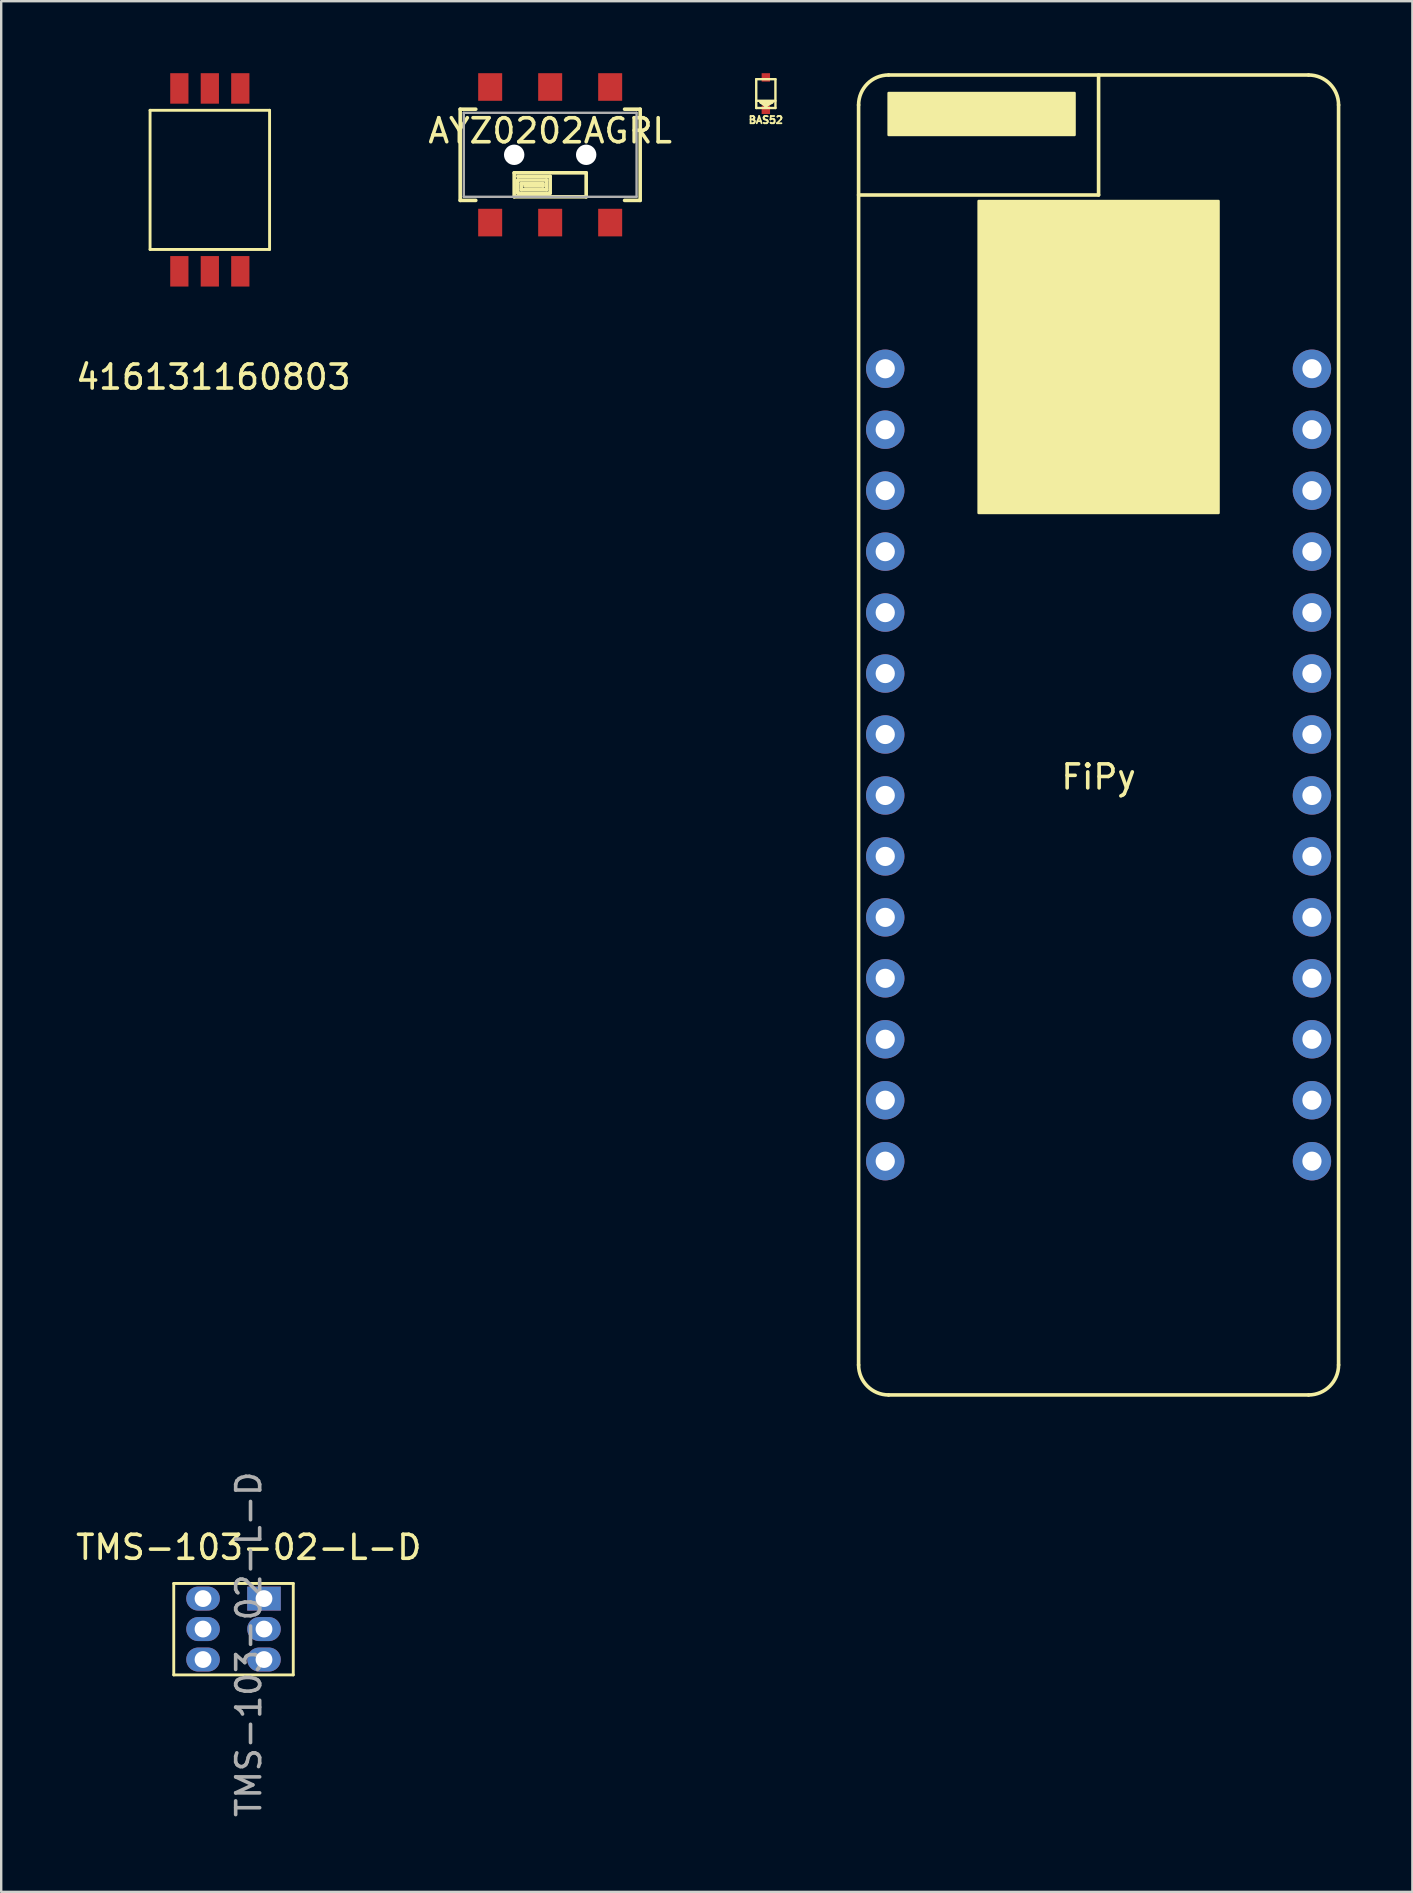
<source format=kicad_pcb>
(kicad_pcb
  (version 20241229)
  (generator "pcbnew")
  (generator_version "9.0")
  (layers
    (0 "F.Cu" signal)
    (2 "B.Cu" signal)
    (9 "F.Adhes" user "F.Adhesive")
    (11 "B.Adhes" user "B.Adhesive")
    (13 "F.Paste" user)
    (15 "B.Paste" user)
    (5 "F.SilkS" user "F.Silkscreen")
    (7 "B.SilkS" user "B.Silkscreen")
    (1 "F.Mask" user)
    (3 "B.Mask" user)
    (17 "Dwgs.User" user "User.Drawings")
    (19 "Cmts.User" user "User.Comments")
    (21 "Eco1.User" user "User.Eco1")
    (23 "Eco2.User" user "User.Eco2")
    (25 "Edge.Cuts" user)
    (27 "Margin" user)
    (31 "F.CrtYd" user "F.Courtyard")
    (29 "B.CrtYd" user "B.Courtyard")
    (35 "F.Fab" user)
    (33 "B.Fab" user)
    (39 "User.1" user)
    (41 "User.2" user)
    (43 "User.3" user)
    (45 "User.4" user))
  (footprint "416131160803"
    (layer "F.Cu")
    (at 5.693 4.445)
    (property "Reference" "416131160803" (at 0.146 8.218 0) (layer "F.SilkS") (effects (font (size 1 1) (thickness 0.15))))
    (attr through_hole)
    (fp_line (start -2.49 -2.9) (end 2.49 -2.9) (stroke (width 0.12) (type solid)) (layer "F.SilkS"))
    (fp_line (start -2.49 2.9) (end -2.49 -2.9) (stroke (width 0.12) (type solid)) (layer "F.SilkS"))
    (fp_line (start -2.49 2.9) (end 2.49 2.9) (stroke (width 0.12) (type solid)) (layer "F.SilkS"))
    (fp_line (start 2.49 -2.9) (end 2.49 2.9) (stroke (width 0.12) (type solid)) (layer "F.SilkS"))
    (pad "1" connect rect (at -1.27 3.81) (size 0.76 1.27) (layers "F.Cu" "F.Mask"))
    (pad "2" connect rect (at 0 3.81) (size 0.76 1.27) (layers "F.Cu" "F.Mask"))
    (pad "3" connect rect (at 1.27 3.81) (size 0.76 1.27) (layers "F.Cu" "F.Mask"))
    (pad "4" connect rect (at -1.27 -3.81) (size 0.76 1.27) (layers "F.Cu" "F.Mask"))
    (pad "5" connect rect (at 0 -3.81) (size 0.76 1.27) (layers "F.Cu" "F.Mask"))
    (pad "6" connect rect (at 1.27 -3.81) (size 0.76 1.27) (layers "F.Cu" "F.Mask")))
  (footprint "TMS-103-02-L-D"
    (layer "F.Cu")
    (at 7.95 63.56)
    (property "Reference" "TMS-103-02-L-D" (at -0.635 -2.135 0) (layer "F.SilkS") (effects (font (size 1 1) (thickness 0.15))))
    (attr through_hole)
    (fp_line (start -3.76 -0.63) (end 1.22 -0.63) (stroke (width 0.12) (type solid)) (layer "F.SilkS"))
    (fp_line (start -3.76 3.18) (end -3.76 -0.63) (stroke (width 0.12) (type solid)) (layer "F.SilkS"))
    (fp_line (start 1.22 -0.63) (end 1.22 3.18) (stroke (width 0.12) (type solid)) (layer "F.SilkS"))
    (fp_line (start 1.22 3.18) (end -3.76 3.18) (stroke (width 0.12) (type solid)) (layer "F.SilkS"))
    (fp_text user "${REFERENCE}" (at -0.635 1.905 90) (layer "F.Fab") (effects (font (size 1 1) (thickness 0.15))))
    (pad "1" thru_hole rect (at 0 0) (size 1.4 1) (drill 0.7) (layers "*.Cu" "*.Mask"))
    (pad "2" thru_hole oval (at -2.54 0) (size 1.4 1) (drill 0.7) (layers "*.Cu" "*.Mask"))
    (pad "3" thru_hole oval (at 0 1.27) (size 1.4 1) (drill 0.7) (layers "*.Cu" "*.Mask"))
    (pad "4" thru_hole oval (at -2.54 1.27) (size 1.4 1) (drill 0.7) (layers "*.Cu" "*.Mask"))
    (pad "5" thru_hole oval (at 0 2.54) (size 1.4 1) (drill 0.7) (layers "*.Cu" "*.Mask"))
    (pad "6" thru_hole oval (at -2.54 2.54) (size 1.4 1) (drill 0.7) (layers "*.Cu" "*.Mask")))
  (footprint "FiPy"
    (layer "F.Cu")
    (at 42.726 28.825)
    (property "Reference" "FiPy" (at 0 0.5 0) (layer "F.SilkS") (effects (font (size 1 1) (thickness 0.15))))
    (attr through_hole)
    (fp_line (start -10 -23.75) (end 0 -23.75) (stroke (width 0.15) (type solid)) (layer "F.SilkS"))
    (fp_line (start -10 25) (end -10 -27.5) (stroke (width 0.15) (type solid)) (layer "F.SilkS"))
    (fp_line (start -8.75 -28.75) (end 8.75 -28.75) (stroke (width 0.15) (type solid)) (layer "F.SilkS"))
    (fp_line (start 0 -23.75) (end 0 -28.75) (stroke (width 0.15) (type solid)) (layer "F.SilkS"))
    (fp_line (start 8.75 26.25) (end -8.75 26.25) (stroke (width 0.15) (type solid)) (layer "F.SilkS"))
    (fp_line (start 10 -27.5) (end 10 25) (stroke (width 0.15) (type solid)) (layer "F.SilkS"))
    (fp_arc (start -10 -27.5) (mid -9.633883 -28.383883) (end -8.75 -28.75) (stroke (width 0.15) (type solid)) (layer "F.SilkS"))
    (fp_arc (start -8.75 26.25) (mid -9.633883 25.883883) (end -10 25) (stroke (width 0.15) (type solid)) (layer "F.SilkS"))
    (fp_arc (start 8.75 -28.75) (mid 9.633883 -28.383883) (end 10 -27.5) (stroke (width 0.15) (type solid)) (layer "F.SilkS"))
    (fp_arc (start 10 25) (mid 9.633883 25.883883) (end 8.75 26.25) (stroke (width 0.15) (type solid)) (layer "F.SilkS"))
    (fp_poly (pts (xy -8.75 -28) (xy -1 -28) (xy -1 -26.25) (xy -8.75 -26.25)) (stroke (width 0.1) (type solid)) (fill yes) (layer "F.SilkS"))
    (fp_poly (pts (xy -5 -10.5) (xy 5 -10.5) (xy 5 -23.5) (xy -5 -23.5)) (stroke (width 0.1) (type solid)) (fill yes) (layer "F.SilkS"))
    (pad "1" thru_hole circle (at 8.89 16.51) (size 1.6 1.6) (drill 0.8) (layers "*.Cu" "*.Mask"))
    (pad "2" thru_hole circle (at 8.89 13.97) (size 1.6 1.6) (drill 0.8) (layers "*.Cu" "*.Mask"))
    (pad "3" thru_hole circle (at 8.89 11.43) (size 1.6 1.6) (drill 0.8) (layers "*.Cu" "*.Mask"))
    (pad "4" thru_hole circle (at 8.89 8.89) (size 1.6 1.6) (drill 0.8) (layers "*.Cu" "*.Mask"))
    (pad "5" thru_hole circle (at 8.89 6.35) (size 1.6 1.6) (drill 0.8) (layers "*.Cu" "*.Mask"))
    (pad "6" thru_hole circle (at 8.89 3.81) (size 1.6 1.6) (drill 0.8) (layers "*.Cu" "*.Mask"))
    (pad "7" thru_hole circle (at 8.89 1.27) (size 1.6 1.6) (drill 0.8) (layers "*.Cu" "*.Mask"))
    (pad "8" thru_hole circle (at 8.89 -1.27) (size 1.6 1.6) (drill 0.8) (layers "*.Cu" "*.Mask"))
    (pad "9" thru_hole circle (at 8.89 -3.81) (size 1.6 1.6) (drill 0.8) (layers "*.Cu" "*.Mask"))
    (pad "10" thru_hole circle (at 8.89 -6.35) (size 1.6 1.6) (drill 0.8) (layers "*.Cu" "*.Mask"))
    (pad "11" thru_hole circle (at 8.89 -8.89) (size 1.6 1.6) (drill 0.8) (layers "*.Cu" "*.Mask"))
    (pad "12" thru_hole circle (at 8.89 -11.43) (size 1.6 1.6) (drill 0.8) (layers "*.Cu" "*.Mask"))
    (pad "13" thru_hole circle (at 8.89 -13.97) (size 1.6 1.6) (drill 0.8) (layers "*.Cu" "*.Mask"))
    (pad "14" thru_hole circle (at 8.89 -16.51) (size 1.6 1.6) (drill 0.8) (layers "*.Cu" "*.Mask"))
    (pad "15" thru_hole circle (at -8.89 -16.51) (size 1.6 1.6) (drill 0.8) (layers "*.Cu" "*.Mask"))
    (pad "16" thru_hole circle (at -8.89 -13.97) (size 1.6 1.6) (drill 0.8) (layers "*.Cu" "*.Mask"))
    (pad "17" thru_hole circle (at -8.89 -11.43) (size 1.6 1.6) (drill 0.8) (layers "*.Cu" "*.Mask"))
    (pad "18" thru_hole circle (at -8.89 -8.89) (size 1.6 1.6) (drill 0.8) (layers "*.Cu" "*.Mask"))
    (pad "19" thru_hole circle (at -8.89 -6.35) (size 1.6 1.6) (drill 0.8) (layers "*.Cu" "*.Mask"))
    (pad "20" thru_hole circle (at -8.89 -3.81) (size 1.6 1.6) (drill 0.8) (layers "*.Cu" "*.Mask"))
    (pad "21" thru_hole circle (at -8.89 -1.27) (size 1.6 1.6) (drill 0.8) (layers "*.Cu" "*.Mask"))
    (pad "22" thru_hole circle (at -8.89 1.27) (size 1.6 1.6) (drill 0.8) (layers "*.Cu" "*.Mask"))
    (pad "23" thru_hole circle (at -8.89 3.81) (size 1.6 1.6) (drill 0.8) (layers "*.Cu" "*.Mask"))
    (pad "24" thru_hole circle (at -8.89 6.35) (size 1.6 1.6) (drill 0.8) (layers "*.Cu" "*.Mask"))
    (pad "25" thru_hole circle (at -8.89 8.89) (size 1.6 1.6) (drill 0.8) (layers "*.Cu" "*.Mask"))
    (pad "26" thru_hole circle (at -8.89 11.43) (size 1.6 1.6) (drill 0.8) (layers "*.Cu" "*.Mask"))
    (pad "27" thru_hole circle (at -8.89 13.97) (size 1.6 1.6) (drill 0.8) (layers "*.Cu" "*.Mask"))
    (pad "28" thru_hole circle (at -8.89 16.51) (size 1.6 1.6) (drill 0.8) (layers "*.Cu" "*.Mask")))
  (footprint "BAS52"
    (layer "F.Cu")
    (at 28.861 0.85)
    (property "Reference" "BAS52" (at 0 1.1 0) (layer "F.SilkS") (effects (font (size 0.3 0.3) (thickness 0.075))))
    (attr through_hole)
    (fp_line (start -0.4 -0.6) (end -0.4 0.6) (stroke (width 0.1) (type solid)) (layer "F.SilkS"))
    (fp_line (start -0.4 0.3) (end 0.4 0.3) (stroke (width 0.1) (type solid)) (layer "F.SilkS"))
    (fp_line (start -0.4 0.6) (end 0.4 0.6) (stroke (width 0.1) (type solid)) (layer "F.SilkS"))
    (fp_line (start 0 0.5) (end -0.2 0.35) (stroke (width 0.15) (type solid)) (layer "F.SilkS"))
    (fp_line (start 0 0.5) (end 0.25 0.35) (stroke (width 0.15) (type solid)) (layer "F.SilkS"))
    (fp_line (start 0.25 0.35) (end -0.2 0.35) (stroke (width 0.15) (type solid)) (layer "F.SilkS"))
    (fp_line (start 0.4 -0.6) (end -0.4 -0.6) (stroke (width 0.1) (type solid)) (layer "F.SilkS"))
    (fp_line (start 0.4 0.6) (end 0.4 -0.6) (stroke (width 0.1) (type solid)) (layer "F.SilkS"))
    (pad "1" smd rect (at 0 0.675) (size 0.35 0.35) (layers "F.Cu" "F.Mask" "F.Paste"))
    (pad "2" smd rect (at 0 -0.675) (size 0.35 0.35) (layers "F.Cu" "F.Mask" "F.Paste")))
  (footprint "AYZ0202AGRL"
    (layer "F.Cu")
    (at 19.875 3.4)
    (property "Reference" "AYZ0202AGRL" (at 0 -1 0) (layer "F.SilkS") (effects (font (size 1 1) (thickness 0.15))))
    (attr through_hole)
    (fp_line (start -3.75 -1.9) (end -3.75 1.9) (stroke (width 0.15) (type solid)) (layer "F.SilkS"))
    (fp_line (start -3.75 1.9) (end -3.1 1.9) (stroke (width 0.15) (type solid)) (layer "F.SilkS"))
    (fp_line (start -3.1 -1.9) (end -3.75 -1.9) (stroke (width 0.15) (type solid)) (layer "F.SilkS"))
    (fp_line (start -1.5 0.75) (end 1.5 0.75) (stroke (width 0.15) (type solid)) (layer "F.SilkS"))
    (fp_line (start -1.5 1.75) (end -1.5 0.75) (stroke (width 0.15) (type solid)) (layer "F.SilkS"))
    (fp_line (start -1.35 0.9) (end 0 0.9) (stroke (width 0.15) (type solid)) (layer "F.SilkS"))
    (fp_line (start -1.35 1.05) (end -0.15 1.05) (stroke (width 0.15) (type solid)) (layer "F.SilkS"))
    (fp_line (start -1.35 1.6) (end -1.35 1.05) (stroke (width 0.15) (type solid)) (layer "F.SilkS"))
    (fp_line (start -1.2 1.2) (end -0.3 1.2) (stroke (width 0.15) (type solid)) (layer "F.SilkS"))
    (fp_line (start -1.2 1.45) (end -1.2 1.2) (stroke (width 0.15) (type solid)) (layer "F.SilkS"))
    (fp_line (start -0.3 1.2) (end -0.3 1.3) (stroke (width 0.15) (type solid)) (layer "F.SilkS"))
    (fp_line (start -0.3 1.3) (end -1.05 1.3) (stroke (width 0.15) (type solid)) (layer "F.SilkS"))
    (fp_line (start -0.15 1.05) (end -0.15 1.45) (stroke (width 0.15) (type solid)) (layer "F.SilkS"))
    (fp_line (start -0.15 1.45) (end -1.2 1.45) (stroke (width 0.15) (type solid)) (layer "F.SilkS"))
    (fp_line (start 0 0.9) (end 0 1.6) (stroke (width 0.15) (type solid)) (layer "F.SilkS"))
    (fp_line (start 0 1.6) (end -1.35 1.6) (stroke (width 0.15) (type solid)) (layer "F.SilkS"))
    (fp_line (start 1.5 0.75) (end 1.5 1.75) (stroke (width 0.15) (type solid)) (layer "F.SilkS"))
    (fp_line (start 1.5 1.75) (end -1.5 1.75) (stroke (width 0.15) (type solid)) (layer "F.SilkS"))
    (fp_line (start 3.75 -1.9) (end 3.1 -1.9) (stroke (width 0.15) (type solid)) (layer "F.SilkS"))
    (fp_line (start 3.75 -1.9) (end 3.75 1.9) (stroke (width 0.15) (type solid)) (layer "F.SilkS"))
    (fp_line (start 3.75 1.9) (end 3.1 1.9) (stroke (width 0.15) (type solid)) (layer "F.SilkS"))
    (fp_line (start -3.6 -1.75) (end -3.6 1.75) (stroke (width 0.1) (type solid)) (layer "F.Fab"))
    (fp_line (start -3.6 1.75) (end 3.6 1.75) (stroke (width 0.1) (type solid)) (layer "F.Fab"))
    (fp_line (start 3.6 -1.75) (end -3.6 -1.75) (stroke (width 0.1) (type solid)) (layer "F.Fab"))
    (fp_line (start 3.6 1.75) (end 3.6 -1.75) (stroke (width 0.1) (type solid)) (layer "F.Fab"))
    (pad "" np_thru_hole circle (at -1.5 0) (size 0.85 0.85) (drill 0.85) (layers "*.Cu" "*.Mask"))
    (pad "" np_thru_hole circle (at 1.5 0) (size 0.85 0.85) (drill 0.85) (layers "*.Cu" "*.Mask"))
    (pad "1" smd rect (at -2.5 -2.825) (size 1 1.15) (layers "F.Cu" "F.Mask" "F.Paste"))
    (pad "2" smd rect (at 0 -2.825) (size 1 1.15) (layers "F.Cu" "F.Mask" "F.Paste"))
    (pad "3" smd rect (at 2.5 -2.825) (size 1 1.15) (layers "F.Cu" "F.Mask" "F.Paste"))
    (pad "4" smd rect (at -2.5 2.825) (size 1 1.15) (layers "F.Cu" "F.Mask" "F.Paste"))
    (pad "5" smd rect (at 0 2.825) (size 1 1.15) (layers "F.Cu" "F.Mask" "F.Paste"))
    (pad "6" smd rect (at 2.5 2.825) (size 1 1.15) (layers "F.Cu" "F.Mask" "F.Paste")))
  (gr_rect
    (start -3 -3)
    (end 55.801 75.781)
    (stroke (width 0.1) (type default))
    (fill no)
    (layer "Edge.Cuts")))
</source>
